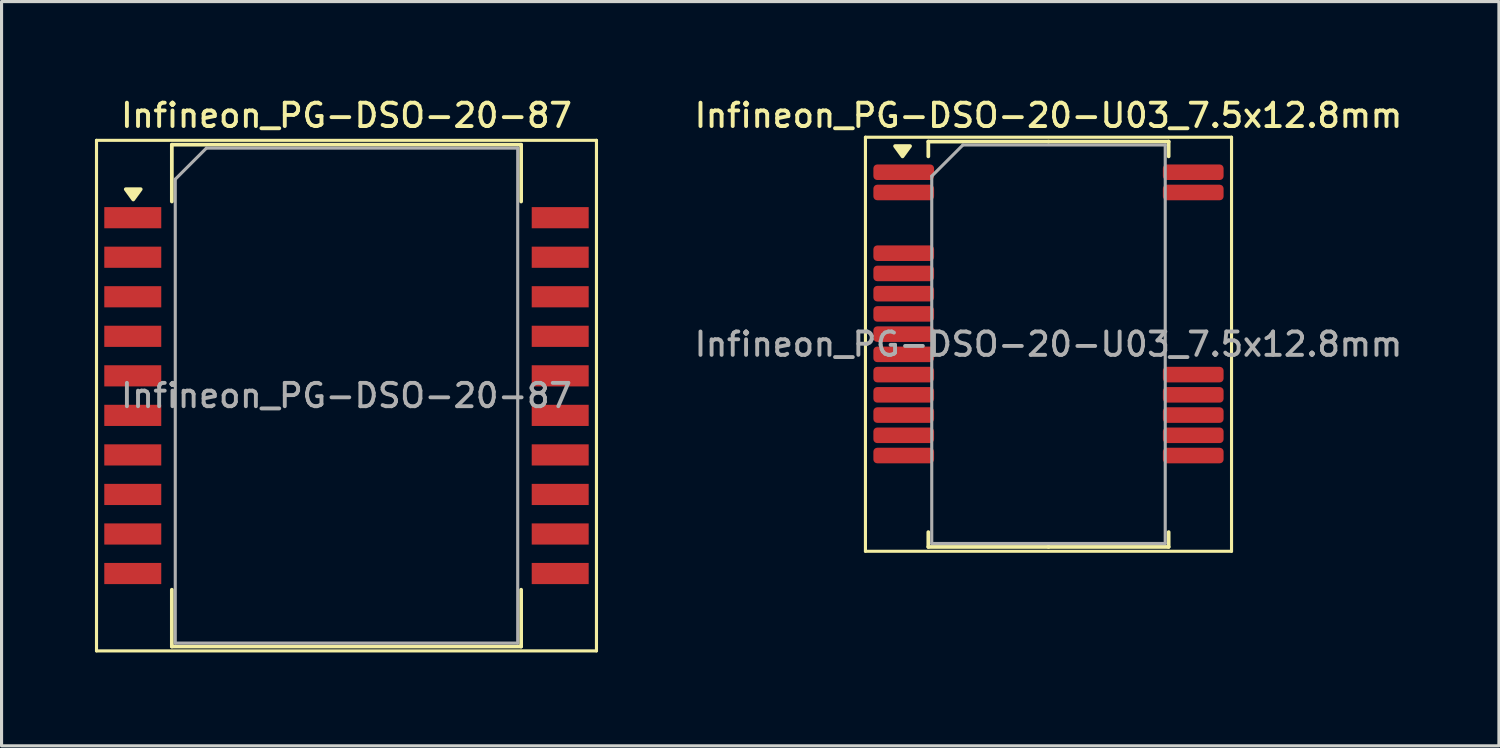
<source format=kicad_pcb>
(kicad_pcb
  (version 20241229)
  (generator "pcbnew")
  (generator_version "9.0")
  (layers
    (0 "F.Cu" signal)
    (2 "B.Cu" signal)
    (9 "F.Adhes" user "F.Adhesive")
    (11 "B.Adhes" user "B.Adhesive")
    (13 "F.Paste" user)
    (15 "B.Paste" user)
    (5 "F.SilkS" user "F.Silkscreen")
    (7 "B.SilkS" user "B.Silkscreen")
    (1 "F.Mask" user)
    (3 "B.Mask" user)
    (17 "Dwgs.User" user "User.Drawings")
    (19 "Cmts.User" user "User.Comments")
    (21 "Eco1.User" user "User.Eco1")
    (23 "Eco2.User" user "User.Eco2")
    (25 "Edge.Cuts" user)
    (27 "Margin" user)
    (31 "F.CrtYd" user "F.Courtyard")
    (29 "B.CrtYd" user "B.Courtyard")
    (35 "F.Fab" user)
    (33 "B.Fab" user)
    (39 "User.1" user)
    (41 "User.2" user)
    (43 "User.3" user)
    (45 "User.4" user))
  (footprint "Infineon_PG-DSO-20-87"
    (layer "F.Cu")
    (at 8.08 9.658)
    (property "Reference" "Infineon_PG-DSO-20-87" (at 0 -9 0) (layer "F.SilkS") (effects (font (size 0.75 0.75) (thickness 0.125))))
    (attr smd)
    (fp_line (start -8.03 -8.2) (end 8.03 -8.2) (stroke (width 0.1) (type solid)) (layer "F.SilkS"))
    (fp_line (start -8.03 8.2) (end -8.03 -8.2) (stroke (width 0.1) (type solid)) (layer "F.SilkS"))
    (fp_line (start -8.03 8.2) (end 8.03 8.2) (stroke (width 0.1) (type solid)) (layer "F.SilkS"))
    (fp_line (start -5.61 -8.06) (end 5.61 -8.06) (stroke (width 0.12) (type solid)) (layer "F.SilkS"))
    (fp_line (start -5.61 -6.235) (end -5.61 -8.06) (stroke (width 0.12) (type solid)) (layer "F.SilkS"))
    (fp_line (start -5.61 6.235) (end -5.61 8.06) (stroke (width 0.12) (type solid)) (layer "F.SilkS"))
    (fp_line (start 5.61 -6.235) (end 5.61 -8.06) (stroke (width 0.12) (type solid)) (layer "F.SilkS"))
    (fp_line (start 5.61 6.235) (end 5.61 8.06) (stroke (width 0.12) (type solid)) (layer "F.SilkS"))
    (fp_line (start 5.61 8.06) (end -5.61 8.06) (stroke (width 0.12) (type solid)) (layer "F.SilkS"))
    (fp_line (start 8.03 8.2) (end 8.03 -8.2) (stroke (width 0.1) (type solid)) (layer "F.SilkS"))
    (fp_poly (pts (xy -6.85 -6.3) (xy -7.09 -6.63) (xy -6.61 -6.63) (xy -6.85 -6.3)) (stroke (width 0.12) (type solid)) (fill yes) (layer "F.SilkS"))
    (fp_line (start -5.5 -6.95) (end -4.5 -7.95) (stroke (width 0.1) (type solid)) (layer "F.Fab"))
    (fp_line (start -5.5 7.95) (end -5.5 -6.95) (stroke (width 0.1) (type solid)) (layer "F.Fab"))
    (fp_line (start -4.5 -7.95) (end 5.5 -7.95) (stroke (width 0.1) (type solid)) (layer "F.Fab"))
    (fp_line (start 5.5 -7.95) (end 5.5 7.95) (stroke (width 0.1) (type solid)) (layer "F.Fab"))
    (fp_line (start 5.5 7.95) (end -5.5 7.95) (stroke (width 0.1) (type solid)) (layer "F.Fab"))
    (fp_text user "${REFERENCE}" (at 0 0 0) (layer "F.Fab") (effects (font (size 0.75 0.75) (thickness 0.125))))
    (pad "1" smd rect (at -6.865 -5.715) (size 1.83 0.68) (layers "F.Cu" "F.Mask" "F.Paste"))
    (pad "2" smd rect (at -6.865 -4.445) (size 1.83 0.68) (layers "F.Cu" "F.Mask" "F.Paste"))
    (pad "3" smd rect (at -6.865 -3.175) (size 1.83 0.68) (layers "F.Cu" "F.Mask" "F.Paste"))
    (pad "4" smd rect (at -6.865 -1.905) (size 1.83 0.68) (layers "F.Cu" "F.Mask" "F.Paste"))
    (pad "5" smd rect (at -6.865 -0.635) (size 1.83 0.68) (layers "F.Cu" "F.Mask" "F.Paste"))
    (pad "6" smd rect (at -6.865 0.635) (size 1.83 0.68) (layers "F.Cu" "F.Mask" "F.Paste"))
    (pad "7" smd rect (at -6.865 1.905) (size 1.83 0.68) (layers "F.Cu" "F.Mask" "F.Paste"))
    (pad "8" smd rect (at -6.865 3.175) (size 1.83 0.68) (layers "F.Cu" "F.Mask" "F.Paste"))
    (pad "9" smd rect (at -6.865 4.445) (size 1.83 0.68) (layers "F.Cu" "F.Mask" "F.Paste"))
    (pad "10" smd rect (at -6.865 5.715) (size 1.83 0.68) (layers "F.Cu" "F.Mask" "F.Paste"))
    (pad "11" smd rect (at 6.865 5.715) (size 1.83 0.68) (layers "F.Cu" "F.Mask" "F.Paste"))
    (pad "12" smd rect (at 6.865 4.445) (size 1.83 0.68) (layers "F.Cu" "F.Mask" "F.Paste"))
    (pad "13" smd rect (at 6.865 3.175) (size 1.83 0.68) (layers "F.Cu" "F.Mask" "F.Paste"))
    (pad "14" smd rect (at 6.865 1.905) (size 1.83 0.68) (layers "F.Cu" "F.Mask" "F.Paste"))
    (pad "15" smd rect (at 6.865 0.635) (size 1.83 0.68) (layers "F.Cu" "F.Mask" "F.Paste"))
    (pad "16" smd rect (at 6.865 -0.635) (size 1.83 0.68) (layers "F.Cu" "F.Mask" "F.Paste"))
    (pad "17" smd rect (at 6.865 -1.905) (size 1.83 0.68) (layers "F.Cu" "F.Mask" "F.Paste"))
    (pad "18" smd rect (at 6.865 -3.175) (size 1.83 0.68) (layers "F.Cu" "F.Mask" "F.Paste"))
    (pad "19" smd rect (at 6.865 -4.445) (size 1.83 0.68) (layers "F.Cu" "F.Mask" "F.Paste"))
    (pad "20" smd rect (at 6.865 -5.715) (size 1.83 0.68) (layers "F.Cu" "F.Mask" "F.Paste")))
  (footprint "Infineon_PG-DSO-20-U03_7.5x12.8mm"
    (layer "F.Cu")
    (at 30.63 8.008)
    (property "Reference" "Infineon_PG-DSO-20-U03_7.5x12.8mm" (at 0 -7.35 0) (layer "F.SilkS") (effects (font (size 0.75 0.75) (thickness 0.125))))
    (attr smd)
    (fp_line (start -5.88 -6.65) (end -5.88 6.65) (stroke (width 0.1) (type solid)) (layer "F.SilkS"))
    (fp_line (start -5.88 6.65) (end 5.88 6.65) (stroke (width 0.1) (type solid)) (layer "F.SilkS"))
    (fp_line (start -3.86 -6.51) (end -3.86 -6.035) (stroke (width 0.12) (type solid)) (layer "F.SilkS"))
    (fp_line (start -3.86 6.51) (end -3.86 6.035) (stroke (width 0.12) (type solid)) (layer "F.SilkS"))
    (fp_line (start 0 -6.51) (end -3.86 -6.51) (stroke (width 0.12) (type solid)) (layer "F.SilkS"))
    (fp_line (start 0 -6.51) (end 3.86 -6.51) (stroke (width 0.12) (type solid)) (layer "F.SilkS"))
    (fp_line (start 0 6.51) (end -3.86 6.51) (stroke (width 0.12) (type solid)) (layer "F.SilkS"))
    (fp_line (start 0 6.51) (end 3.86 6.51) (stroke (width 0.12) (type solid)) (layer "F.SilkS"))
    (fp_line (start 3.86 -6.51) (end 3.86 -6.035) (stroke (width 0.12) (type solid)) (layer "F.SilkS"))
    (fp_line (start 3.86 6.51) (end 3.86 6.035) (stroke (width 0.12) (type solid)) (layer "F.SilkS"))
    (fp_line (start 5.88 -6.65) (end -5.88 -6.65) (stroke (width 0.1) (type solid)) (layer "F.SilkS"))
    (fp_line (start 5.88 6.65) (end 5.88 -6.65) (stroke (width 0.1) (type solid)) (layer "F.SilkS"))
    (fp_poly (pts (xy -4.688 -6.035) (xy -4.928 -6.365) (xy -4.447 -6.365) (xy -4.688 -6.035)) (stroke (width 0.12) (type solid)) (fill yes) (layer "F.SilkS"))
    (fp_line (start -3.75 -5.4) (end -2.75 -6.4) (stroke (width 0.1) (type solid)) (layer "F.Fab"))
    (fp_line (start -3.75 6.4) (end -3.75 -5.4) (stroke (width 0.1) (type solid)) (layer "F.Fab"))
    (fp_line (start -2.75 -6.4) (end 3.75 -6.4) (stroke (width 0.1) (type solid)) (layer "F.Fab"))
    (fp_line (start 3.75 -6.4) (end 3.75 6.4) (stroke (width 0.1) (type solid)) (layer "F.Fab"))
    (fp_line (start 3.75 6.4) (end -3.75 6.4) (stroke (width 0.1) (type solid)) (layer "F.Fab"))
    (fp_text user "${REFERENCE}" (at 0 0 0) (layer "F.Fab") (effects (font (size 0.75 0.75) (thickness 0.125))))
    (pad "1" smd roundrect (at -4.65 -5.525) (size 1.95 0.5) (layers "F.Cu" "F.Mask" "F.Paste") (roundrect_rratio 0.25))
    (pad "2" smd roundrect (at -4.65 -4.875) (size 1.95 0.5) (layers "F.Cu" "F.Mask" "F.Paste") (roundrect_rratio 0.25))
    (pad "3" smd roundrect (at -4.65 -2.925) (size 1.95 0.5) (layers "F.Cu" "F.Mask" "F.Paste") (roundrect_rratio 0.25))
    (pad "4" smd roundrect (at -4.65 -2.275) (size 1.95 0.5) (layers "F.Cu" "F.Mask" "F.Paste") (roundrect_rratio 0.25))
    (pad "5" smd roundrect (at -4.65 -1.625) (size 1.95 0.5) (layers "F.Cu" "F.Mask" "F.Paste") (roundrect_rratio 0.25))
    (pad "6" smd roundrect (at -4.65 -0.975) (size 1.95 0.5) (layers "F.Cu" "F.Mask" "F.Paste") (roundrect_rratio 0.25))
    (pad "7" smd roundrect (at -4.65 -0.325) (size 1.95 0.5) (layers "F.Cu" "F.Mask" "F.Paste") (roundrect_rratio 0.25))
    (pad "8" smd roundrect (at -4.65 0.325) (size 1.95 0.5) (layers "F.Cu" "F.Mask" "F.Paste") (roundrect_rratio 0.25))
    (pad "9" smd roundrect (at -4.65 0.975) (size 1.95 0.5) (layers "F.Cu" "F.Mask" "F.Paste") (roundrect_rratio 0.25))
    (pad "10" smd roundrect (at -4.65 1.625) (size 1.95 0.5) (layers "F.Cu" "F.Mask" "F.Paste") (roundrect_rratio 0.25))
    (pad "11" smd roundrect (at -4.65 2.275) (size 1.95 0.5) (layers "F.Cu" "F.Mask" "F.Paste") (roundrect_rratio 0.25))
    (pad "12" smd roundrect (at -4.65 2.925) (size 1.95 0.5) (layers "F.Cu" "F.Mask" "F.Paste") (roundrect_rratio 0.25))
    (pad "13" smd roundrect (at -4.65 3.575) (size 1.95 0.5) (layers "F.Cu" "F.Mask" "F.Paste") (roundrect_rratio 0.25))
    (pad "14" smd roundrect (at 4.65 3.575) (size 1.95 0.5) (layers "F.Cu" "F.Mask" "F.Paste") (roundrect_rratio 0.25))
    (pad "15" smd roundrect (at 4.65 2.925) (size 1.95 0.5) (layers "F.Cu" "F.Mask" "F.Paste") (roundrect_rratio 0.25))
    (pad "16" smd roundrect (at 4.65 2.275) (size 1.95 0.5) (layers "F.Cu" "F.Mask" "F.Paste") (roundrect_rratio 0.25))
    (pad "17" smd roundrect (at 4.65 1.625) (size 1.95 0.5) (layers "F.Cu" "F.Mask" "F.Paste") (roundrect_rratio 0.25))
    (pad "18" smd roundrect (at 4.65 0.975) (size 1.95 0.5) (layers "F.Cu" "F.Mask" "F.Paste") (roundrect_rratio 0.25))
    (pad "19" smd roundrect (at 4.65 -4.875) (size 1.95 0.5) (layers "F.Cu" "F.Mask" "F.Paste") (roundrect_rratio 0.25))
    (pad "20" smd roundrect (at 4.65 -5.525) (size 1.95 0.5) (layers "F.Cu" "F.Mask" "F.Paste") (roundrect_rratio 0.25)))
  (gr_rect
    (start -3 -3)
    (end 45.099 20.908)
    (stroke (width 0.1) (type default))
    (fill no)
    (layer "Edge.Cuts")))
</source>
